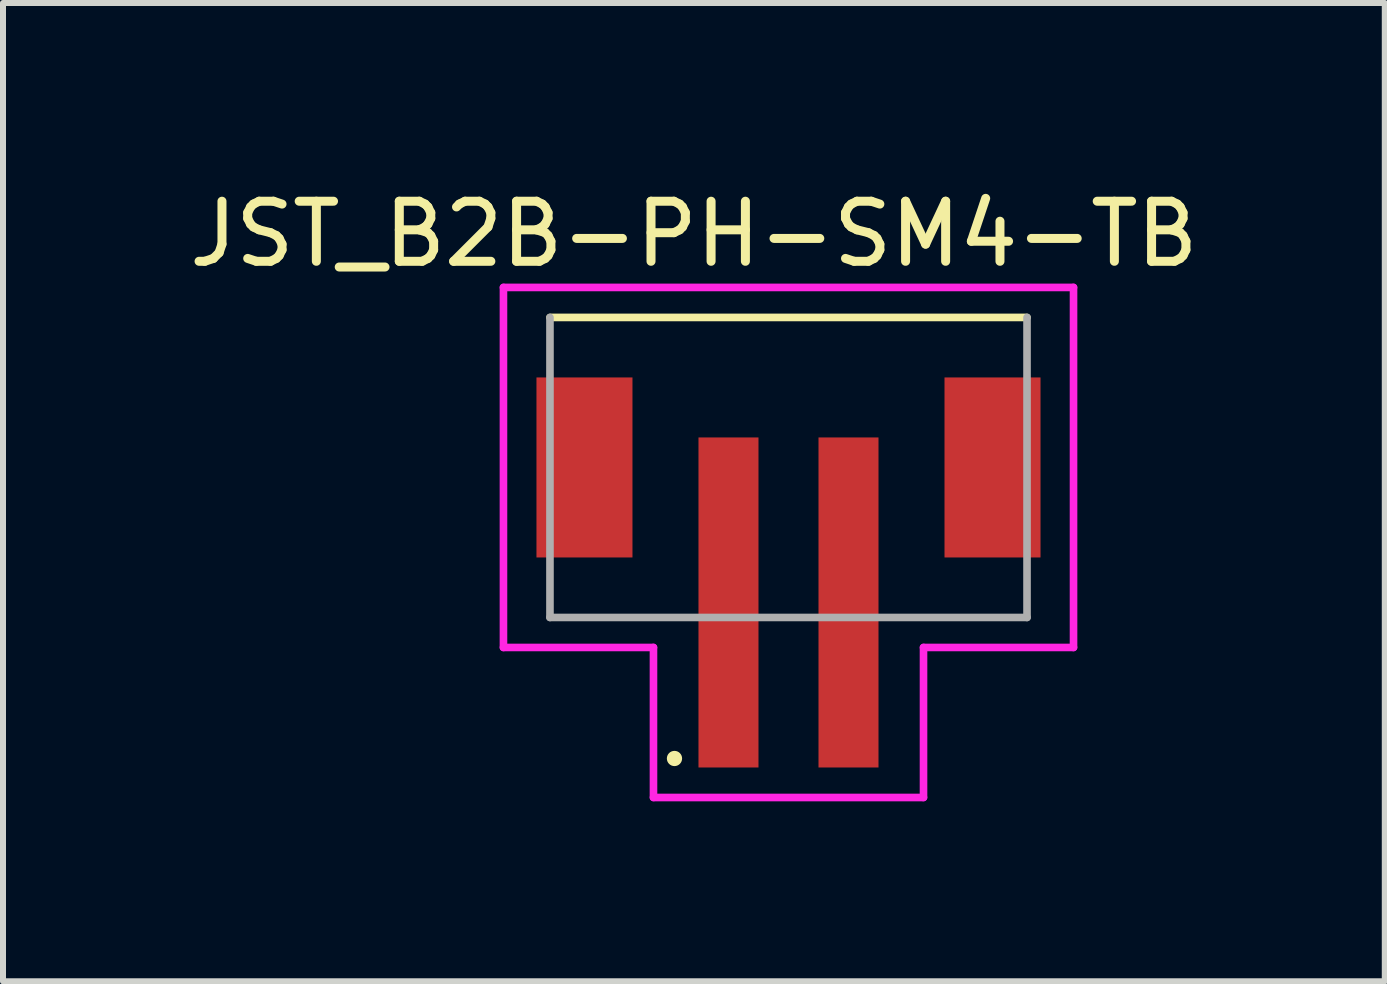
<source format=kicad_pcb>
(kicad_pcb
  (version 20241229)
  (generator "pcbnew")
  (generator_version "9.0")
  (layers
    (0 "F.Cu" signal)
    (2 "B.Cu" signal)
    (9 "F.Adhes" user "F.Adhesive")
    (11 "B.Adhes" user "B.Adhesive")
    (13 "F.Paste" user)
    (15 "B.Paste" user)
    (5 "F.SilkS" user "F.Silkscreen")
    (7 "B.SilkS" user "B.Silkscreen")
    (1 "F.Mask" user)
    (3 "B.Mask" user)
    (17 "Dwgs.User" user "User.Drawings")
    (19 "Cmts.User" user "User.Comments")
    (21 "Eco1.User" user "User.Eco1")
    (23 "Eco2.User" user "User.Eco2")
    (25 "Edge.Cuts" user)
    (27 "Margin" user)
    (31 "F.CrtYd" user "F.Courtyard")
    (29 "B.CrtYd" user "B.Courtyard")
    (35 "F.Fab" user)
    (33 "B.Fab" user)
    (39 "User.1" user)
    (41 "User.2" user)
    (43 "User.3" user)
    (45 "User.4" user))
  (footprint "JST_B2B-PH-SM4-TB"
    (layer "F.Cu")
    (at 10.09 6.99)
    (property "Reference" "JST_B2B-PH-SM4-TB" (at -1.576 -6.141 0) (layer "F.SilkS") (effects (font (size 1.001 1.001) (thickness 0.15))))
    (attr through_hole)
    (fp_line (start 3.975 -4.75) (end -3.975 -4.75) (stroke (width 0.127) (type solid)) (layer "F.SilkS"))
    (fp_circle (center -1.9 2.6) (end -1.773 2.6) (stroke (width 0) (type solid)) (fill yes) (layer "F.SilkS"))
    (fp_line (start -4.75 -5.25) (end -4.75 0.75) (stroke (width 0.127) (type solid)) (layer "F.CrtYd"))
    (fp_line (start -4.75 0.75) (end -2.25 0.75) (stroke (width 0.127) (type solid)) (layer "F.CrtYd"))
    (fp_line (start -2.25 0.75) (end -2.25 3.25) (stroke (width 0.127) (type solid)) (layer "F.CrtYd"))
    (fp_line (start -2.25 3.25) (end 2.25 3.25) (stroke (width 0.127) (type solid)) (layer "F.CrtYd"))
    (fp_line (start 2.25 0.75) (end 4.75 0.75) (stroke (width 0.127) (type solid)) (layer "F.CrtYd"))
    (fp_line (start 2.25 3.25) (end 2.25 0.75) (stroke (width 0.127) (type solid)) (layer "F.CrtYd"))
    (fp_line (start 4.75 -5.25) (end -4.75 -5.25) (stroke (width 0.127) (type solid)) (layer "F.CrtYd"))
    (fp_line (start 4.75 0.75) (end 4.75 -5.25) (stroke (width 0.127) (type solid)) (layer "F.CrtYd"))
    (fp_line (start -3.975 -4.75) (end -3.975 0.25) (stroke (width 0.127) (type solid)) (layer "F.Fab"))
    (fp_line (start -3.975 0.25) (end 3.975 0.25) (stroke (width 0.127) (type solid)) (layer "F.Fab"))
    (fp_line (start 3.975 0.25) (end 3.975 -4.75) (stroke (width 0.127) (type solid)) (layer "F.Fab"))
    (pad "1" smd rect (at -1 0) (size 1 5.5) (layers "F.Cu" "F.Mask" "F.Paste"))
    (pad "2" smd rect (at 1 0) (size 1 5.5) (layers "F.Cu" "F.Mask" "F.Paste"))
    (pad "P1" smd rect (at -3.4 -2.25) (size 1.6 3) (layers "F.Cu" "F.Mask" "F.Paste"))
    (pad "P2" smd rect (at 3.4 -2.25) (size 1.6 3) (layers "F.Cu" "F.Mask" "F.Paste")))
  (gr_rect
    (start -3 -3)
    (end 20.027 13.303)
    (stroke (width 0.1) (type default))
    (fill no)
    (layer "Edge.Cuts")))
</source>
